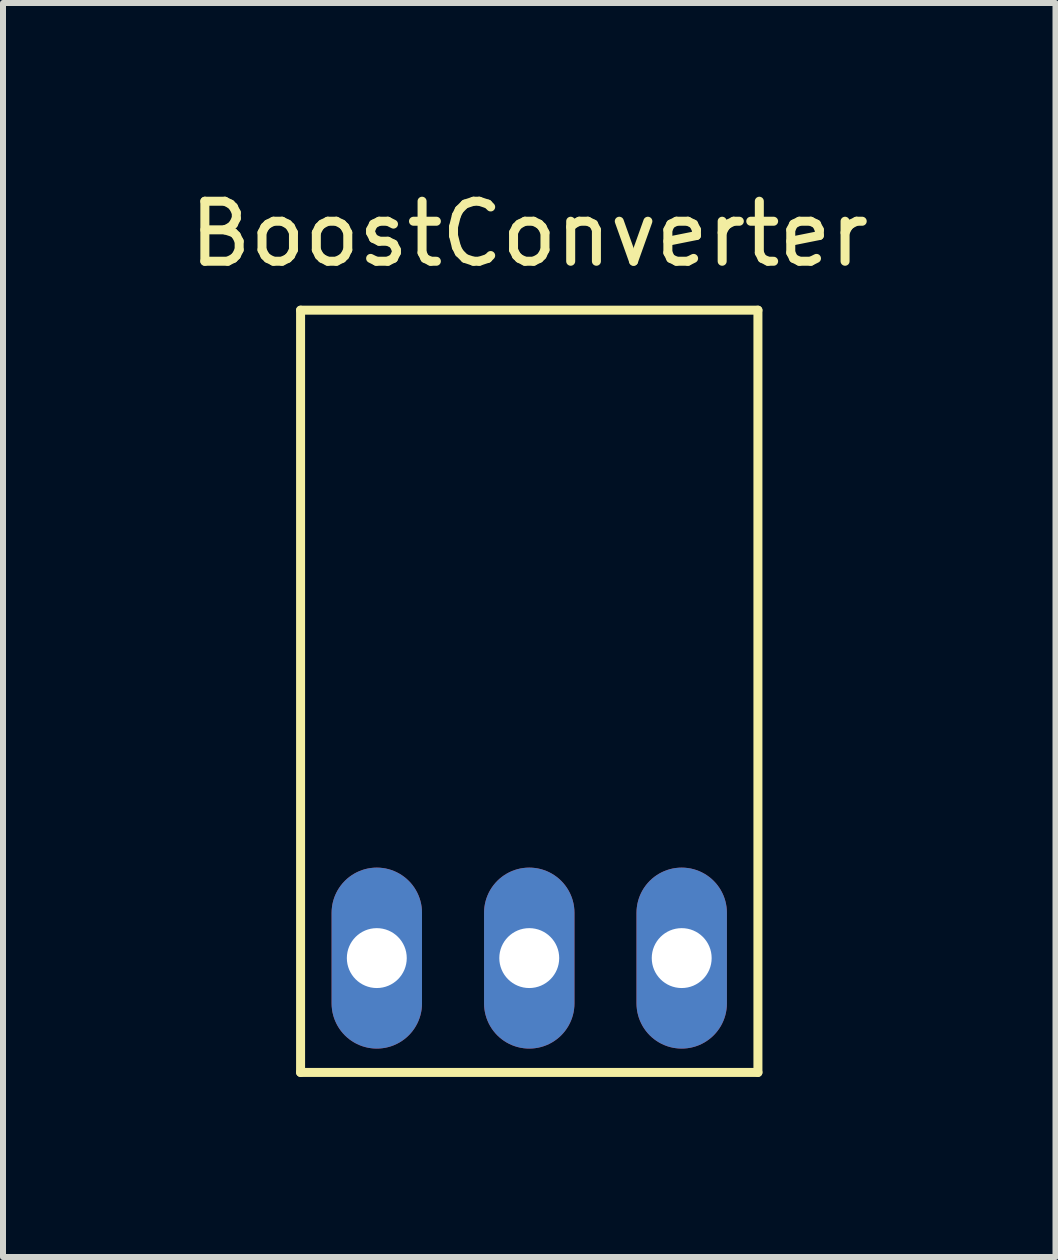
<source format=kicad_pcb>
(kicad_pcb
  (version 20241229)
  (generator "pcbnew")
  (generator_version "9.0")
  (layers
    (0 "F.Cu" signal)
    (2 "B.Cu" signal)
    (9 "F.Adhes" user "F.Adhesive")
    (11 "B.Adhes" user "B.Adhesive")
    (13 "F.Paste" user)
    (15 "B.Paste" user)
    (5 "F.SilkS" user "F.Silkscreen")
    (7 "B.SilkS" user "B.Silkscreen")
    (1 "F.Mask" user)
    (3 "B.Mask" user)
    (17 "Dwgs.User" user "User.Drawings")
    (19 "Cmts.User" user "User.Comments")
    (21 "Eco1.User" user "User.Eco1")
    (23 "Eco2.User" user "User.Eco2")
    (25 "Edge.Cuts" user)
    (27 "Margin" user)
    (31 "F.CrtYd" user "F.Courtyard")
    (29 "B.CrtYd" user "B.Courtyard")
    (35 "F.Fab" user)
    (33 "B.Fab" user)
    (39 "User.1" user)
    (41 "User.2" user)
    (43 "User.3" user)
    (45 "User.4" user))
  (footprint "BoostConverter"
    (layer "F.Cu")
    (at 5.768 12.913)
    (property "Reference" "BoostConverter" (at 0 -12.065 0) (layer "F.SilkS") (effects (font (size 1 1) (thickness 0.15))))
    (attr exclude_from_pos_files exclude_from_bom)
    (fp_line (start -3.81 1.905) (end -3.81 -10.795) (stroke (width 0.15) (type solid)) (layer "F.SilkS"))
    (fp_line (start 3.81 -10.795) (end -3.81 -10.795) (stroke (width 0.15) (type solid)) (layer "F.SilkS"))
    (fp_line (start 3.81 1.905) (end -3.81 1.905) (stroke (width 0.15) (type solid)) (layer "F.SilkS"))
    (fp_line (start 3.81 1.905) (end 3.81 -10.795) (stroke (width 0.15) (type solid)) (layer "F.SilkS"))
    (pad "1" thru_hole oval (at -2.54 0) (size 1.506 3.015) (drill 0.998) (layers "*.Cu" "*.Mask"))
    (pad "2" thru_hole oval (at 0 0) (size 1.506 3.015) (drill 0.998) (layers "*.Cu" "*.Mask"))
    (pad "3" thru_hole oval (at 2.54 0) (size 1.506 3.015) (drill 0.998) (layers "*.Cu" "*.Mask")))
  (gr_rect
    (start -3 -3)
    (end 14.536 17.893)
    (stroke (width 0.1) (type default))
    (fill no)
    (layer "Edge.Cuts")))
</source>
